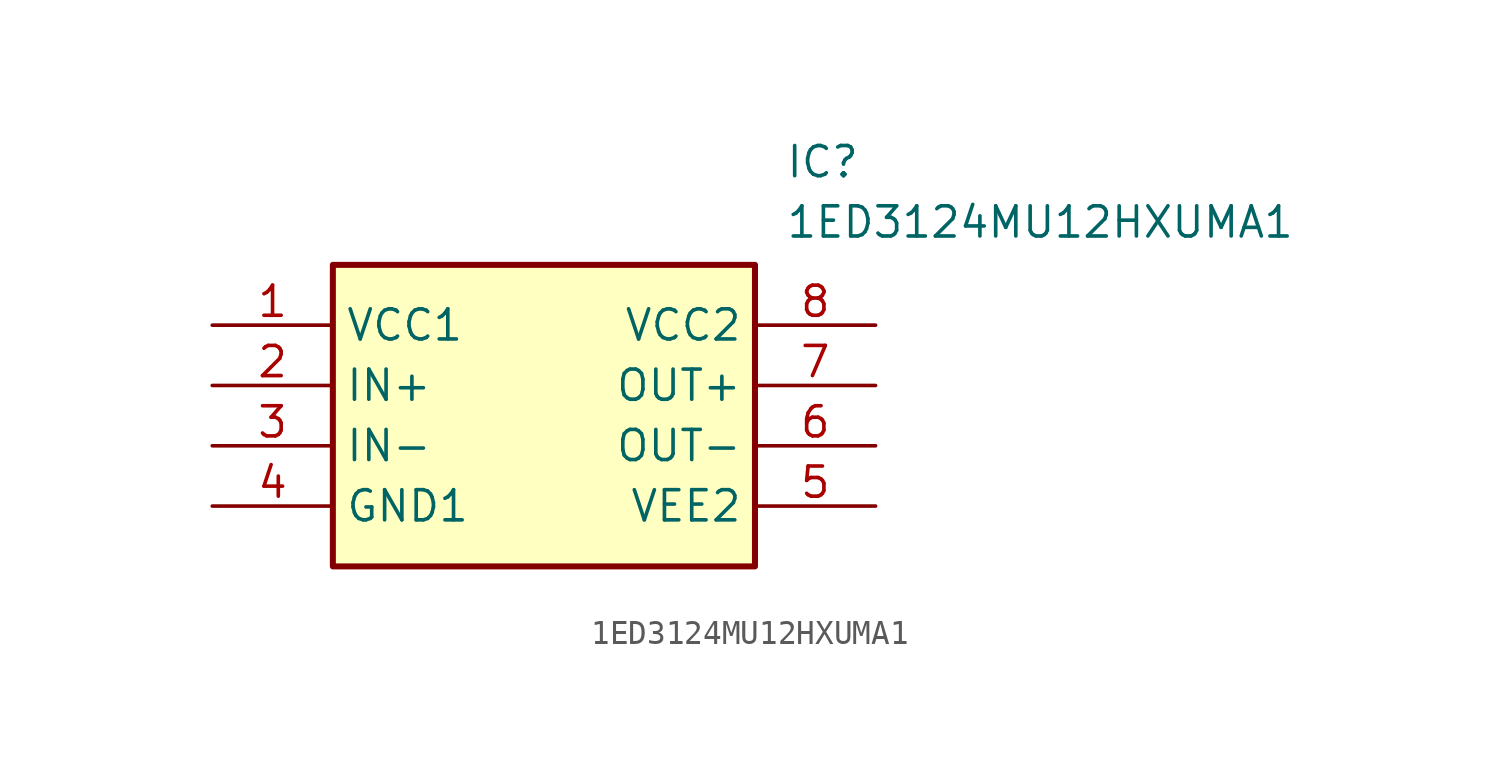
<source format=kicad_sym>
(kicad_symbol_lib
  (version 20211014)
  (generator SamacSys_ECAD_Model)
  (symbol "1ED3124MU12HXUMA1"
    (property "Reference" "IC"
      (at 24.13 7.62 0)
      (effects (font (size 1.27 1.27)) (justify left top)))
    (property "Value" "1ED3124MU12HXUMA1"
      (at 24.13 5.08 0)
      (effects (font (size 1.27 1.27)) (justify left top)))
    (rectangle
      (start 5.08 2.54)
      (end 22.86 -10.16)
      (stroke (width 0.254) (type default))
      (fill (type background)))
    (pin passive line
      (at 0 0 0)
      (length 5.08)
      (name "VCC1" (effects (font (size 1.27 1.27))))
      (number "1" (effects (font (size 1.27 1.27)))))
    (pin passive line
      (at 0 -2.54 0)
      (length 5.08)
      (name "IN+" (effects (font (size 1.27 1.27))))
      (number "2" (effects (font (size 1.27 1.27)))))
    (pin passive line
      (at 0 -5.08 0)
      (length 5.08)
      (name "IN-" (effects (font (size 1.27 1.27))))
      (number "3" (effects (font (size 1.27 1.27)))))
    (pin passive line
      (at 0 -7.62 0)
      (length 5.08)
      (name "GND1" (effects (font (size 1.27 1.27))))
      (number "4" (effects (font (size 1.27 1.27)))))
    (pin passive line
      (at 27.94 0 180)
      (length 5.08)
      (name "VCC2" (effects (font (size 1.27 1.27))))
      (number "8" (effects (font (size 1.27 1.27)))))
    (pin passive line
      (at 27.94 -2.54 180)
      (length 5.08)
      (name "OUT+" (effects (font (size 1.27 1.27))))
      (number "7" (effects (font (size 1.27 1.27)))))
    (pin passive line
      (at 27.94 -5.08 180)
      (length 5.08)
      (name "OUT-" (effects (font (size 1.27 1.27))))
      (number "6" (effects (font (size 1.27 1.27)))))
    (pin passive line
      (at 27.94 -7.62 180)
      (length 5.08)
      (name "VEE2" (effects (font (size 1.27 1.27))))
      (number "5" (effects (font (size 1.27 1.27)))))))
</source>
